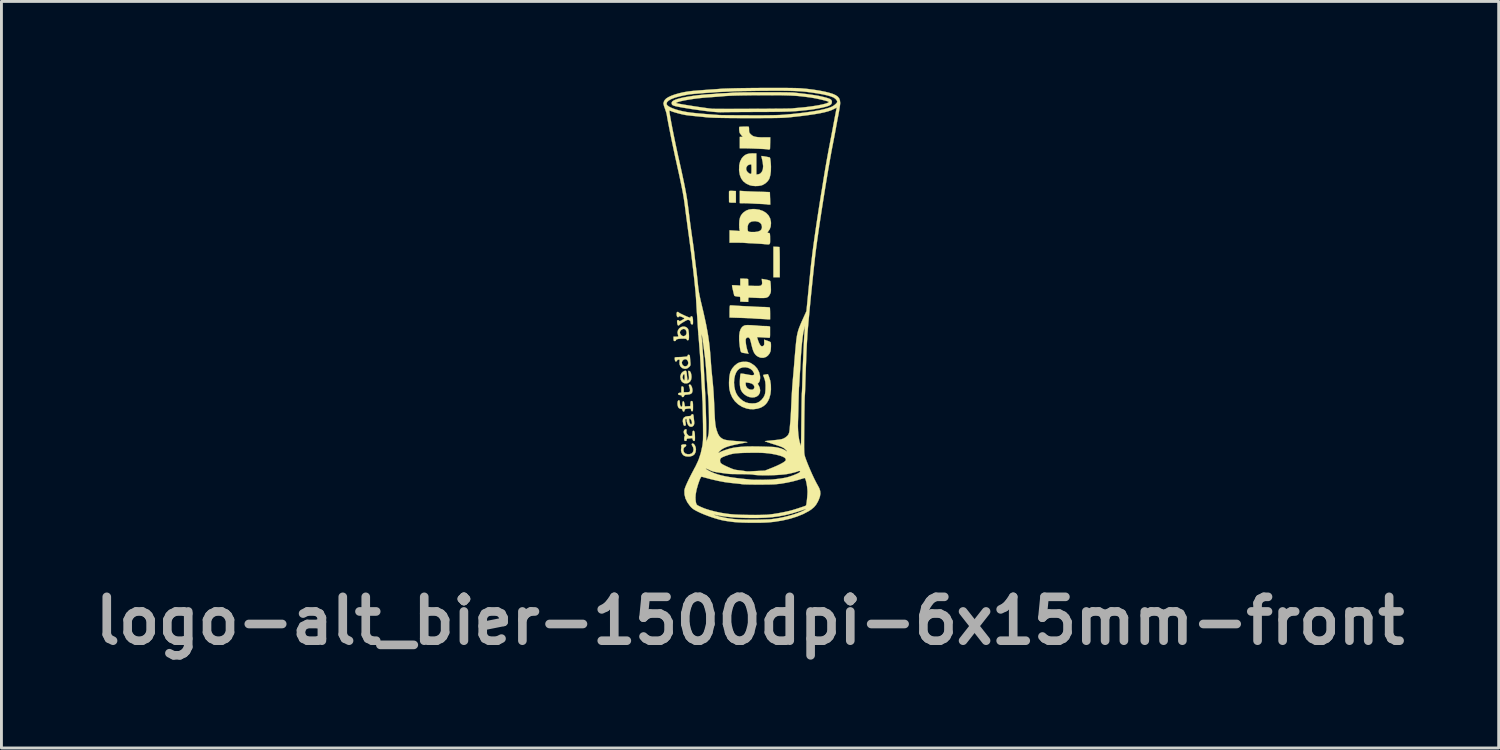
<source format=kicad_pcb>
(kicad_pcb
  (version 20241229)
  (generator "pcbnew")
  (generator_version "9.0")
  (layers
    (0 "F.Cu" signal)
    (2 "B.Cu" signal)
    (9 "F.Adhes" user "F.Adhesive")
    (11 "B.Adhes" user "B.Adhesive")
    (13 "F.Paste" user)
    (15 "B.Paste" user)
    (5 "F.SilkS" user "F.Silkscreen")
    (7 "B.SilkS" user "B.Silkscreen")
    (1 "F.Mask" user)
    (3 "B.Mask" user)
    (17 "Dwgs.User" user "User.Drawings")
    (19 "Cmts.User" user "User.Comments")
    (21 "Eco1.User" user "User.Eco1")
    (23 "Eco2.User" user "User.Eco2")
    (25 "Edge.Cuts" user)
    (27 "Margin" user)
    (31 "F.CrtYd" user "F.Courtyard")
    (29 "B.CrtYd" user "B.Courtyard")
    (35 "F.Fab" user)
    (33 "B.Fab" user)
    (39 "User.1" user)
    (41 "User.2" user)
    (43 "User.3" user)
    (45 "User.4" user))
  (footprint "logo-alt_bier-1500dpi-6x15mm-front"
    (layer "F.Cu")
    (at 23.062 7.548)
    (property "Reference" "logo-alt_bier-1500dpi-6x15mm-front" (at -0.05 10.975 0) (layer "F.Fab") (effects (font (size 1.524 1.524) (thickness 0.3))))
    (attr through_hole)
    (fp_poly (pts (xy 0.859 -2.022) (xy 0.914 -2.019) (xy 0.955 -2.017) (xy 0.969 -2.016) (xy 0.973 -2) (xy 0.975 -1.953) (xy 0.978 -1.881) (xy 0.98 -1.788) (xy 0.981 -1.676) (xy 0.982 -1.552) (xy 0.982 -1.49) (xy 0.982 -0.965) (xy 0.762 -0.965) (xy 0.762 -2.026) (xy 0.859 -2.022)) (stroke (width 0.01) (type solid)) (fill yes) (layer "F.SilkS"))
    (fp_poly (pts (xy -0.66 -3.965) (xy -0.542 -3.96) (xy -0.542 -3.556) (xy -0.66 -3.556) (xy -0.73 -3.558) (xy -0.768 -3.566) (xy -0.779 -3.577) (xy -0.78 -3.611) (xy -0.78 -3.667) (xy -0.781 -3.735) (xy -0.781 -3.806) (xy -0.781 -3.871) (xy -0.781 -3.921) (xy -0.78 -3.945) (xy -0.773 -3.959) (xy -0.75 -3.966) (xy -0.704 -3.967) (xy -0.66 -3.965)) (stroke (width 0.01) (type solid)) (fill yes) (layer "F.SilkS"))
    (fp_poly (pts (xy -0.25 -3.956) (xy -0.184 -3.952) (xy -0.092 -3.948) (xy 0.017 -3.943) (xy 0.136 -3.939) (xy 0.256 -3.935) (xy 0.271 -3.935) (xy 0.378 -3.932) (xy 0.473 -3.929) (xy 0.551 -3.926) (xy 0.606 -3.924) (xy 0.635 -3.923) (xy 0.637 -3.922) (xy 0.639 -3.906) (xy 0.641 -3.861) (xy 0.643 -3.796) (xy 0.646 -3.717) (xy 0.647 -3.704) (xy 0.653 -3.488) (xy 0.6 -3.488) (xy 0.561 -3.491) (xy 0.54 -3.496) (xy 0.54 -3.496) (xy 0.521 -3.5) (xy 0.474 -3.504) (xy 0.406 -3.508) (xy 0.322 -3.512) (xy 0.279 -3.514) (xy 0.181 -3.518) (xy 0.089 -3.523) (xy 0.01 -3.527) (xy -0.047 -3.53) (xy -0.059 -3.531) (xy -0.12 -3.534) (xy -0.198 -3.536) (xy -0.275 -3.538) (xy -0.406 -3.539) (xy -0.406 -3.967) (xy -0.25 -3.956)) (stroke (width 0.01) (type solid)) (fill yes) (layer "F.SilkS"))
    (fp_poly (pts (xy -2.037 4.812) (xy -1.998 4.835) (xy -1.965 4.882) (xy -1.94 4.945) (xy -1.93 5.012) (xy -1.93 5.016) (xy -1.943 5.112) (xy -1.98 5.185) (xy -2.042 5.235) (xy -2.128 5.262) (xy -2.193 5.266) (xy -2.28 5.259) (xy -2.343 5.237) (xy -2.348 5.234) (xy -2.398 5.186) (xy -2.434 5.119) (xy -2.449 5.046) (xy -2.443 4.988) (xy -2.435 4.943) (xy -2.438 4.911) (xy -2.44 4.909) (xy -2.444 4.879) (xy -2.419 4.856) (xy -2.369 4.844) (xy -2.343 4.843) (xy -2.296 4.845) (xy -2.275 4.855) (xy -2.269 4.876) (xy -2.269 4.877) (xy -2.284 4.911) (xy -2.31 4.927) (xy -2.346 4.957) (xy -2.364 5.004) (xy -2.363 5.06) (xy -2.346 5.113) (xy -2.311 5.153) (xy -2.298 5.162) (xy -2.225 5.184) (xy -2.15 5.183) (xy -2.084 5.161) (xy -2.057 5.14) (xy -2.024 5.086) (xy -2.014 5.018) (xy -2.026 4.949) (xy -2.051 4.904) (xy -2.073 4.863) (xy -2.074 4.829) (xy -2.055 4.812) (xy -2.037 4.812)) (stroke (width 0.01) (type solid)) (fill yes) (layer "F.SilkS"))
    (fp_poly (pts (xy -2.112 2.779) (xy -2.085 2.819) (xy -2.064 2.875) (xy -2.052 2.94) (xy -2.05 2.966) (xy -2.058 3.03) (xy -2.086 3.073) (xy -2.139 3.1) (xy -2.22 3.112) (xy -2.224 3.112) (xy -2.284 3.118) (xy -2.319 3.125) (xy -2.335 3.138) (xy -2.34 3.156) (xy -2.355 3.185) (xy -2.382 3.199) (xy -2.408 3.195) (xy -2.421 3.173) (xy -2.421 3.169) (xy -2.429 3.145) (xy -2.456 3.133) (xy -2.485 3.129) (xy -2.528 3.122) (xy -2.546 3.106) (xy -2.548 3.09) (xy -2.54 3.065) (xy -2.508 3.053) (xy -2.493 3.051) (xy -2.438 3.046) (xy -2.438 2.937) (xy -2.437 2.877) (xy -2.432 2.844) (xy -2.421 2.83) (xy -2.406 2.828) (xy -2.378 2.837) (xy -2.361 2.867) (xy -2.354 2.923) (xy -2.354 2.956) (xy -2.354 3.031) (xy -2.27 3.031) (xy -2.216 3.029) (xy -2.173 3.024) (xy -2.16 3.021) (xy -2.14 2.996) (xy -2.135 2.949) (xy -2.146 2.889) (xy -2.159 2.85) (xy -2.175 2.8) (xy -2.169 2.772) (xy -2.167 2.77) (xy -2.14 2.761) (xy -2.112 2.779)) (stroke (width 0.01) (type solid)) (fill yes) (layer "F.SilkS"))
    (fp_poly (pts (xy -2.269 2.297) (xy -2.256 2.335) (xy -2.247 2.401) (xy -2.243 2.455) (xy -2.236 2.526) (xy -2.229 2.583) (xy -2.221 2.617) (xy -2.217 2.625) (xy -2.199 2.611) (xy -2.183 2.588) (xy -2.172 2.546) (xy -2.174 2.478) (xy -2.187 2.382) (xy -2.195 2.34) (xy -2.2 2.302) (xy -2.191 2.288) (xy -2.166 2.289) (xy -2.133 2.31) (xy -2.106 2.359) (xy -2.09 2.431) (xy -2.084 2.503) (xy -2.096 2.587) (xy -2.132 2.655) (xy -2.185 2.702) (xy -2.252 2.725) (xy -2.326 2.72) (xy -2.375 2.7) (xy -2.428 2.653) (xy -2.46 2.589) (xy -2.472 2.515) (xy -2.47 2.491) (xy -2.395 2.491) (xy -2.394 2.528) (xy -2.38 2.565) (xy -2.357 2.61) (xy -2.339 2.622) (xy -2.327 2.602) (xy -2.32 2.548) (xy -2.32 2.516) (xy -2.323 2.446) (xy -2.333 2.406) (xy -2.348 2.397) (xy -2.368 2.421) (xy -2.38 2.446) (xy -2.395 2.491) (xy -2.47 2.491) (xy -2.464 2.44) (xy -2.436 2.372) (xy -2.387 2.321) (xy -2.371 2.312) (xy -2.323 2.289) (xy -2.29 2.283) (xy -2.269 2.297)) (stroke (width 0.01) (type solid)) (fill yes) (layer "F.SilkS"))
    (fp_poly (pts (xy -2.26 4.323) (xy -2.255 4.343) (xy -2.26 4.379) (xy -2.263 4.425) (xy -2.249 4.465) (xy -2.226 4.498) (xy -2.193 4.536) (xy -2.162 4.551) (xy -2.119 4.552) (xy -2.057 4.547) (xy -2.052 4.458) (xy -2.047 4.404) (xy -2.037 4.377) (xy -2.02 4.369) (xy -2.016 4.369) (xy -1.994 4.381) (xy -1.978 4.418) (xy -1.969 4.483) (xy -1.965 4.578) (xy -1.964 4.61) (xy -1.965 4.671) (xy -1.97 4.705) (xy -1.98 4.721) (xy -1.997 4.724) (xy -1.999 4.724) (xy -2.027 4.713) (xy -2.043 4.675) (xy -2.043 4.672) (xy -2.054 4.636) (xy -2.074 4.626) (xy -2.104 4.63) (xy -2.16 4.637) (xy -2.203 4.64) (xy -2.239 4.645) (xy -2.251 4.666) (xy -2.252 4.682) (xy -2.261 4.716) (xy -2.283 4.724) (xy -2.315 4.719) (xy -2.326 4.713) (xy -2.334 4.688) (xy -2.337 4.646) (xy -2.334 4.6) (xy -2.326 4.564) (xy -2.317 4.551) (xy -2.308 4.537) (xy -2.324 4.505) (xy -2.325 4.504) (xy -2.35 4.449) (xy -2.354 4.395) (xy -2.338 4.35) (xy -2.306 4.323) (xy -2.281 4.318) (xy -2.26 4.323)) (stroke (width 0.01) (type solid)) (fill yes) (layer "F.SilkS"))
    (fp_poly (pts (xy -0.67 0.014) (xy -0.606 0.018) (xy -0.589 0.019) (xy -0.523 0.024) (xy -0.433 0.03) (xy -0.329 0.036) (xy -0.222 0.041) (xy -0.18 0.043) (xy -0.083 0.047) (xy 0.005 0.052) (xy 0.078 0.056) (xy 0.128 0.059) (xy 0.144 0.06) (xy 0.18 0.063) (xy 0.242 0.065) (xy 0.32 0.068) (xy 0.407 0.069) (xy 0.411 0.069) (xy 0.493 0.072) (xy 0.563 0.076) (xy 0.613 0.081) (xy 0.636 0.088) (xy 0.637 0.088) (xy 0.641 0.111) (xy 0.644 0.16) (xy 0.646 0.228) (xy 0.647 0.302) (xy 0.647 0.5) (xy 0.603 0.501) (xy 0.569 0.501) (xy 0.554 0.498) (xy 0.537 0.496) (xy 0.491 0.492) (xy 0.425 0.488) (xy 0.343 0.484) (xy 0.313 0.482) (xy 0.223 0.478) (xy 0.143 0.473) (xy 0.079 0.469) (xy 0.04 0.465) (xy 0.035 0.465) (xy 0.006 0.462) (xy -0.051 0.459) (xy -0.131 0.456) (xy -0.228 0.452) (xy -0.337 0.448) (xy -0.384 0.447) (xy -0.762 0.435) (xy -0.762 0.227) (xy -0.76 0.128) (xy -0.756 0.059) (xy -0.749 0.021) (xy -0.744 0.014) (xy -0.719 0.012) (xy -0.67 0.014)) (stroke (width 0.01) (type solid)) (fill yes) (layer "F.SilkS"))
    (fp_poly (pts (xy -0.121 -6.199) (xy -0.114 -6.199) (xy -0.098 -6.193) (xy -0.089 -6.172) (xy -0.085 -6.128) (xy -0.085 -6.094) (xy -0.083 -6.034) (xy -0.075 -5.995) (xy -0.055 -5.963) (xy -0.021 -5.927) (xy 0.022 -5.89) (xy 0.073 -5.863) (xy 0.137 -5.844) (xy 0.219 -5.833) (xy 0.324 -5.826) (xy 0.437 -5.825) (xy 0.652 -5.825) (xy 0.649 -5.651) (xy 0.647 -5.574) (xy 0.646 -5.506) (xy 0.645 -5.457) (xy 0.645 -5.44) (xy 0.634 -5.41) (xy 0.604 -5.402) (xy 0.57 -5.404) (xy 0.557 -5.409) (xy 0.538 -5.412) (xy 0.491 -5.416) (xy 0.421 -5.421) (xy 0.334 -5.425) (xy 0.236 -5.43) (xy 0.131 -5.434) (xy 0.026 -5.438) (xy -0.073 -5.441) (xy -0.162 -5.443) (xy -0.233 -5.444) (xy -0.406 -5.444) (xy -0.406 -5.643) (xy -0.406 -5.842) (xy -0.298 -5.842) (xy -0.342 -5.889) (xy -0.377 -5.932) (xy -0.405 -5.973) (xy -0.406 -5.975) (xy -0.417 -6.01) (xy -0.424 -6.06) (xy -0.428 -6.115) (xy -0.428 -6.161) (xy -0.422 -6.187) (xy -0.422 -6.188) (xy -0.403 -6.191) (xy -0.36 -6.194) (xy -0.301 -6.197) (xy -0.235 -6.199) (xy -0.172 -6.2) (xy -0.121 -6.199)) (stroke (width 0.01) (type solid)) (fill yes) (layer "F.SilkS"))
    (fp_poly (pts (xy -2.033 3.798) (xy -2.021 3.817) (xy -2.013 3.857) (xy -2.009 3.899) (xy -2.001 3.969) (xy -1.993 4.037) (xy -1.988 4.073) (xy -1.991 4.138) (xy -2.015 4.19) (xy -2.055 4.223) (xy -2.103 4.233) (xy -2.154 4.217) (xy -2.182 4.194) (xy -2.221 4.133) (xy -2.246 4.055) (xy -2.252 3.993) (xy -2.255 3.973) (xy -2.167 3.973) (xy -2.163 4.02) (xy -2.163 4.022) (xy -2.151 4.08) (xy -2.131 4.122) (xy -2.109 4.145) (xy -2.087 4.144) (xy -2.072 4.117) (xy -2.069 4.103) (xy -2.072 4.059) (xy -2.088 4.011) (xy -2.111 3.97) (xy -2.136 3.947) (xy -2.143 3.945) (xy -2.161 3.951) (xy -2.167 3.973) (xy -2.255 3.973) (xy -2.257 3.96) (xy -2.273 3.955) (xy -2.28 3.957) (xy -2.296 3.971) (xy -2.301 4) (xy -2.297 4.045) (xy -2.289 4.1) (xy -2.283 4.146) (xy -2.282 4.157) (xy -2.29 4.186) (xy -2.315 4.196) (xy -2.341 4.193) (xy -2.358 4.17) (xy -2.369 4.137) (xy -2.387 4.039) (xy -2.379 3.963) (xy -2.344 3.909) (xy -2.283 3.875) (xy -2.195 3.861) (xy -2.175 3.861) (xy -2.127 3.857) (xy -2.103 3.845) (xy -2.095 3.827) (xy -2.073 3.799) (xy -2.052 3.793) (xy -2.033 3.798)) (stroke (width 0.01) (type solid)) (fill yes) (layer "F.SilkS"))
    (fp_poly (pts (xy -2.505 3.316) (xy -2.492 3.354) (xy -2.489 3.397) (xy -2.483 3.468) (xy -2.464 3.517) (xy -2.436 3.538) (xy -2.43 3.539) (xy -2.415 3.528) (xy -2.405 3.491) (xy -2.401 3.442) (xy -2.396 3.383) (xy -2.386 3.353) (xy -2.371 3.344) (xy -2.351 3.359) (xy -2.336 3.404) (xy -2.33 3.434) (xy -2.315 3.524) (xy -2.22 3.519) (xy -2.125 3.514) (xy -2.12 3.425) (xy -2.115 3.372) (xy -2.105 3.345) (xy -2.088 3.336) (xy -2.084 3.336) (xy -2.062 3.341) (xy -2.047 3.358) (xy -2.038 3.394) (xy -2.033 3.453) (xy -2.032 3.54) (xy -2.033 3.612) (xy -2.035 3.657) (xy -2.042 3.681) (xy -2.053 3.69) (xy -2.066 3.691) (xy -2.093 3.681) (xy -2.1 3.65) (xy -2.103 3.619) (xy -2.117 3.602) (xy -2.149 3.596) (xy -2.206 3.6) (xy -2.223 3.602) (xy -2.277 3.609) (xy -2.307 3.618) (xy -2.319 3.636) (xy -2.323 3.655) (xy -2.337 3.695) (xy -2.361 3.705) (xy -2.385 3.687) (xy -2.396 3.659) (xy -2.41 3.621) (xy -2.436 3.608) (xy -2.454 3.607) (xy -2.501 3.595) (xy -2.532 3.573) (xy -2.554 3.53) (xy -2.568 3.47) (xy -2.571 3.406) (xy -2.563 3.351) (xy -2.552 3.329) (xy -2.526 3.307) (xy -2.505 3.316)) (stroke (width 0.01) (type solid)) (fill yes) (layer "F.SilkS"))
    (fp_poly (pts (xy -2.313 0.753) (xy -2.25 0.782) (xy -2.207 0.828) (xy -2.194 0.863) (xy -2.184 0.921) (xy -2.176 0.992) (xy -2.173 1.066) (xy -2.173 1.134) (xy -2.178 1.187) (xy -2.187 1.214) (xy -2.214 1.226) (xy -2.241 1.216) (xy -2.252 1.192) (xy -2.261 1.178) (xy -2.293 1.171) (xy -2.352 1.168) (xy -2.36 1.168) (xy -2.473 1.171) (xy -2.554 1.18) (xy -2.604 1.195) (xy -2.624 1.217) (xy -2.625 1.222) (xy -2.638 1.246) (xy -2.667 1.254) (xy -2.697 1.243) (xy -2.698 1.242) (xy -2.705 1.219) (xy -2.709 1.177) (xy -2.709 1.166) (xy -2.709 1.101) (xy -2.623 1.101) (xy -2.572 1.1) (xy -2.548 1.094) (xy -2.543 1.08) (xy -2.547 1.063) (xy -2.564 0.993) (xy -2.567 0.957) (xy -2.489 0.957) (xy -2.475 1.005) (xy -2.438 1.05) (xy -2.391 1.079) (xy -2.363 1.084) (xy -2.319 1.072) (xy -2.286 1.05) (xy -2.26 1.002) (xy -2.256 0.943) (xy -2.273 0.886) (xy -2.309 0.843) (xy -2.31 0.843) (xy -2.355 0.83) (xy -2.405 0.843) (xy -2.45 0.874) (xy -2.481 0.919) (xy -2.489 0.957) (xy -2.567 0.957) (xy -2.568 0.943) (xy -2.56 0.899) (xy -2.551 0.875) (xy -2.509 0.811) (xy -2.45 0.769) (xy -2.382 0.749) (xy -2.313 0.753)) (stroke (width 0.01) (type solid)) (fill yes) (layer "F.SilkS"))
    (fp_poly (pts (xy -2.157 1.738) (xy -2.144 1.76) (xy -2.138 1.803) (xy -2.137 1.82) (xy -2.132 1.889) (xy -2.126 1.967) (xy -2.122 2.002) (xy -2.119 2.059) (xy -2.123 2.095) (xy -2.14 2.125) (xy -2.173 2.159) (xy -2.239 2.206) (xy -2.312 2.219) (xy -2.388 2.199) (xy -2.415 2.184) (xy -2.472 2.129) (xy -2.5 2.057) (xy -2.5 2.003) (xy -2.421 2.003) (xy -2.408 2.06) (xy -2.375 2.103) (xy -2.329 2.128) (xy -2.279 2.13) (xy -2.232 2.106) (xy -2.226 2.099) (xy -2.2 2.05) (xy -2.197 1.994) (xy -2.214 1.941) (xy -2.247 1.9) (xy -2.293 1.88) (xy -2.303 1.88) (xy -2.351 1.895) (xy -2.393 1.932) (xy -2.419 1.981) (xy -2.421 2.003) (xy -2.5 2.003) (xy -2.5 1.972) (xy -2.495 1.926) (xy -2.499 1.904) (xy -2.517 1.897) (xy -2.533 1.897) (xy -2.573 1.908) (xy -2.586 1.93) (xy -2.606 1.958) (xy -2.625 1.964) (xy -2.647 1.954) (xy -2.66 1.917) (xy -2.663 1.901) (xy -2.666 1.856) (xy -2.665 1.827) (xy -2.664 1.825) (xy -2.644 1.817) (xy -2.602 1.813) (xy -2.567 1.812) (xy -2.503 1.81) (xy -2.423 1.806) (xy -2.348 1.801) (xy -2.282 1.794) (xy -2.242 1.787) (xy -2.224 1.776) (xy -2.218 1.76) (xy -2.218 1.757) (xy -2.209 1.733) (xy -2.18 1.73) (xy -2.157 1.738)) (stroke (width 0.01) (type solid)) (fill yes) (layer "F.SilkS"))
    (fp_poly (pts (xy -2.545 0.243) (xy -2.528 0.26) (xy -2.509 0.274) (xy -2.466 0.298) (xy -2.406 0.327) (xy -2.339 0.359) (xy -2.27 0.39) (xy -2.208 0.416) (xy -2.16 0.434) (xy -2.135 0.44) (xy -2.119 0.427) (xy -2.117 0.415) (xy -2.103 0.394) (xy -2.085 0.389) (xy -2.06 0.402) (xy -2.043 0.441) (xy -2.034 0.509) (xy -2.032 0.587) (xy -2.033 0.64) (xy -2.039 0.667) (xy -2.052 0.675) (xy -2.07 0.674) (xy -2.097 0.663) (xy -2.11 0.633) (xy -2.113 0.607) (xy -2.123 0.561) (xy -2.148 0.535) (xy -2.168 0.525) (xy -2.193 0.516) (xy -2.219 0.517) (xy -2.251 0.528) (xy -2.298 0.552) (xy -2.355 0.585) (xy -2.416 0.622) (xy -2.465 0.656) (xy -2.495 0.681) (xy -2.501 0.688) (xy -2.523 0.708) (xy -2.54 0.711) (xy -2.56 0.702) (xy -2.573 0.67) (xy -2.58 0.633) (xy -2.584 0.584) (xy -2.584 0.548) (xy -2.581 0.54) (xy -2.556 0.525) (xy -2.526 0.533) (xy -2.512 0.55) (xy -2.502 0.562) (xy -2.48 0.559) (xy -2.439 0.539) (xy -2.424 0.53) (xy -2.367 0.497) (xy -2.338 0.475) (xy -2.336 0.458) (xy -2.36 0.442) (xy -2.396 0.425) (xy -2.464 0.398) (xy -2.505 0.391) (xy -2.522 0.401) (xy -2.523 0.406) (xy -2.537 0.42) (xy -2.555 0.423) (xy -2.578 0.414) (xy -2.593 0.38) (xy -2.597 0.357) (xy -2.602 0.307) (xy -2.599 0.269) (xy -2.597 0.264) (xy -2.575 0.24) (xy -2.545 0.243)) (stroke (width 0.01) (type solid)) (fill yes) (layer "F.SilkS"))
    (fp_poly (pts (xy -0.179 -0.912) (xy -0.135 -0.906) (xy -0.117 -0.896) (xy -0.117 -0.893) (xy -0.115 -0.866) (xy -0.114 -0.816) (xy -0.113 -0.77) (xy -0.11 -0.669) (xy 0.099 -0.663) (xy 0.189 -0.662) (xy 0.251 -0.662) (xy 0.292 -0.666) (xy 0.32 -0.674) (xy 0.339 -0.686) (xy 0.342 -0.689) (xy 0.362 -0.712) (xy 0.37 -0.742) (xy 0.369 -0.791) (xy 0.367 -0.814) (xy 0.357 -0.908) (xy 0.499 -0.883) (xy 0.582 -0.866) (xy 0.633 -0.848) (xy 0.653 -0.831) (xy 0.658 -0.804) (xy 0.664 -0.751) (xy 0.669 -0.681) (xy 0.672 -0.627) (xy 0.675 -0.544) (xy 0.674 -0.487) (xy 0.669 -0.445) (xy 0.658 -0.409) (xy 0.641 -0.373) (xy 0.612 -0.324) (xy 0.581 -0.288) (xy 0.542 -0.264) (xy 0.489 -0.249) (xy 0.417 -0.243) (xy 0.321 -0.243) (xy 0.229 -0.246) (xy 0.136 -0.25) (xy 0.052 -0.254) (xy -0.015 -0.257) (xy -0.058 -0.259) (xy -0.068 -0.26) (xy -0.094 -0.258) (xy -0.107 -0.244) (xy -0.111 -0.208) (xy -0.112 -0.186) (xy -0.113 -0.11) (xy -0.179 -0.11) (xy -0.242 -0.111) (xy -0.309 -0.115) (xy -0.318 -0.115) (xy -0.389 -0.12) (xy -0.389 -0.204) (xy -0.392 -0.255) (xy -0.4 -0.281) (xy -0.418 -0.288) (xy -0.419 -0.289) (xy -0.468 -0.292) (xy -0.522 -0.3) (xy -0.568 -0.309) (xy -0.593 -0.318) (xy -0.594 -0.319) (xy -0.601 -0.338) (xy -0.613 -0.382) (xy -0.627 -0.442) (xy -0.643 -0.51) (xy -0.658 -0.576) (xy -0.67 -0.633) (xy -0.676 -0.672) (xy -0.677 -0.682) (xy -0.662 -0.687) (xy -0.62 -0.688) (xy -0.56 -0.686) (xy -0.533 -0.685) (xy -0.389 -0.674) (xy -0.389 -0.914) (xy -0.254 -0.914) (xy -0.179 -0.912)) (stroke (width 0.01) (type solid)) (fill yes) (layer "F.SilkS"))
    (fp_poly (pts (xy 0.114 -5.268) (xy 0.169 -5.266) (xy 0.169 -4.538) (xy 0.218 -4.538) (xy 0.267 -4.549) (xy 0.309 -4.572) (xy 0.364 -4.634) (xy 0.396 -4.718) (xy 0.405 -4.825) (xy 0.391 -4.955) (xy 0.374 -5.038) (xy 0.359 -5.1) (xy 0.349 -5.149) (xy 0.345 -5.175) (xy 0.345 -5.177) (xy 0.363 -5.176) (xy 0.404 -5.171) (xy 0.459 -5.162) (xy 0.52 -5.151) (xy 0.576 -5.14) (xy 0.618 -5.131) (xy 0.637 -5.126) (xy 0.637 -5.126) (xy 0.647 -5.1) (xy 0.657 -5.049) (xy 0.665 -4.979) (xy 0.672 -4.897) (xy 0.676 -4.812) (xy 0.676 -4.802) (xy 0.673 -4.656) (xy 0.657 -4.526) (xy 0.63 -4.419) (xy 0.609 -4.367) (xy 0.556 -4.294) (xy 0.482 -4.226) (xy 0.396 -4.175) (xy 0.349 -4.157) (xy 0.25 -4.138) (xy 0.137 -4.133) (xy 0.026 -4.142) (xy -0.063 -4.163) (xy -0.186 -4.22) (xy -0.284 -4.297) (xy -0.356 -4.395) (xy -0.404 -4.516) (xy -0.429 -4.66) (xy -0.431 -4.699) (xy -0.43 -4.715) (xy -0.186 -4.715) (xy -0.16 -4.65) (xy -0.129 -4.613) (xy -0.087 -4.578) (xy -0.049 -4.558) (xy -0.036 -4.555) (xy -0.019 -4.557) (xy -0.009 -4.567) (xy -0.003 -4.591) (xy -0.001 -4.635) (xy -0.000012 -4.706) (xy 0 -4.726) (xy -0.001 -4.804) (xy -0.003 -4.853) (xy -0.008 -4.88) (xy -0.017 -4.889) (xy -0.027 -4.887) (xy -0.066 -4.878) (xy -0.078 -4.877) (xy -0.106 -4.866) (xy -0.142 -4.838) (xy -0.145 -4.835) (xy -0.181 -4.778) (xy -0.186 -4.715) (xy -0.43 -4.715) (xy -0.426 -4.854) (xy -0.395 -4.986) (xy -0.339 -5.096) (xy -0.285 -5.16) (xy -0.224 -5.209) (xy -0.156 -5.243) (xy -0.075 -5.262) (xy 0.026 -5.269) (xy 0.114 -5.268)) (stroke (width 0.01) (type solid)) (fill yes) (layer "F.SilkS"))
    (fp_poly (pts (xy 0.125 -3.332) (xy 0.274 -3.31) (xy 0.403 -3.265) (xy 0.509 -3.199) (xy 0.591 -3.114) (xy 0.647 -3.01) (xy 0.675 -2.89) (xy 0.677 -2.836) (xy 0.667 -2.728) (xy 0.634 -2.636) (xy 0.59 -2.57) (xy 0.562 -2.529) (xy 0.559 -2.508) (xy 0.583 -2.503) (xy 0.604 -2.505) (xy 0.622 -2.501) (xy 0.635 -2.483) (xy 0.643 -2.445) (xy 0.646 -2.383) (xy 0.647 -2.292) (xy 0.647 -2.288) (xy 0.647 -2.209) (xy 0.644 -2.155) (xy 0.632 -2.123) (xy 0.607 -2.107) (xy 0.563 -2.105) (xy 0.494 -2.111) (xy 0.432 -2.117) (xy 0.365 -2.123) (xy 0.274 -2.129) (xy 0.171 -2.135) (xy 0.065 -2.141) (xy 0.034 -2.143) (xy -0.059 -2.147) (xy -0.14 -2.152) (xy -0.204 -2.156) (xy -0.245 -2.159) (xy -0.254 -2.16) (xy -0.279 -2.162) (xy -0.332 -2.164) (xy -0.404 -2.165) (xy -0.49 -2.166) (xy -0.521 -2.166) (xy -0.762 -2.167) (xy -0.762 -2.595) (xy -0.583 -2.583) (xy -0.403 -2.57) (xy -0.415 -2.608) (xy -0.42 -2.641) (xy -0.424 -2.689) (xy -0.135 -2.689) (xy -0.133 -2.618) (xy -0.124 -2.574) (xy -0.101 -2.551) (xy -0.06 -2.54) (xy -0.011 -2.537) (xy 0.122 -2.537) (xy 0.224 -2.551) (xy 0.296 -2.58) (xy 0.32 -2.599) (xy 0.351 -2.64) (xy 0.363 -2.692) (xy 0.364 -2.716) (xy 0.349 -2.792) (xy 0.307 -2.851) (xy 0.238 -2.891) (xy 0.146 -2.911) (xy 0.101 -2.913) (xy 0.006 -2.901) (xy -0.065 -2.865) (xy -0.112 -2.806) (xy -0.134 -2.724) (xy -0.135 -2.689) (xy -0.424 -2.689) (xy -0.424 -2.698) (xy -0.427 -2.77) (xy -0.427 -2.81) (xy -0.421 -2.935) (xy -0.399 -3.037) (xy -0.36 -3.121) (xy -0.301 -3.194) (xy -0.274 -3.218) (xy -0.186 -3.28) (xy -0.085 -3.318) (xy 0.034 -3.333) (xy 0.125 -3.332)) (stroke (width 0.01) (type solid)) (fill yes) (layer "F.SilkS"))
    (fp_poly (pts (xy -0.049 0.7) (xy 0.016 0.703) (xy 0.097 0.708) (xy 0.166 0.713) (xy 0.215 0.717) (xy 0.238 0.721) (xy 0.238 0.721) (xy 0.258 0.723) (xy 0.305 0.726) (xy 0.371 0.729) (xy 0.446 0.731) (xy 0.532 0.733) (xy 0.59 0.737) (xy 0.624 0.743) (xy 0.641 0.751) (xy 0.645 0.761) (xy 0.645 0.788) (xy 0.645 0.841) (xy 0.645 0.911) (xy 0.645 0.965) (xy 0.645 1.045) (xy 0.642 1.096) (xy 0.637 1.126) (xy 0.628 1.138) (xy 0.615 1.14) (xy 0.615 1.14) (xy 0.587 1.138) (xy 0.533 1.134) (xy 0.461 1.13) (xy 0.388 1.125) (xy 0.191 1.114) (xy 0.231 1.238) (xy 0.257 1.305) (xy 0.285 1.363) (xy 0.311 1.402) (xy 0.313 1.404) (xy 0.345 1.431) (xy 0.372 1.435) (xy 0.397 1.426) (xy 0.423 1.41) (xy 0.438 1.385) (xy 0.443 1.343) (xy 0.442 1.277) (xy 0.442 1.267) (xy 0.439 1.204) (xy 0.545 1.24) (xy 0.602 1.261) (xy 0.645 1.28) (xy 0.664 1.294) (xy 0.672 1.323) (xy 0.676 1.376) (xy 0.676 1.442) (xy 0.673 1.511) (xy 0.667 1.573) (xy 0.66 1.612) (xy 0.625 1.689) (xy 0.569 1.758) (xy 0.508 1.804) (xy 0.416 1.834) (xy 0.324 1.832) (xy 0.241 1.802) (xy 0.181 1.766) (xy 0.132 1.719) (xy 0.09 1.657) (xy 0.054 1.575) (xy 0.022 1.468) (xy -0.008 1.346) (xy -0.024 1.28) (xy -0.04 1.22) (xy -0.053 1.182) (xy -0.083 1.138) (xy -0.123 1.124) (xy -0.167 1.141) (xy -0.173 1.146) (xy -0.19 1.166) (xy -0.2 1.191) (xy -0.202 1.23) (xy -0.199 1.294) (xy -0.198 1.304) (xy -0.188 1.386) (xy -0.169 1.48) (xy -0.147 1.564) (xy -0.104 1.696) (xy -0.141 1.687) (xy -0.179 1.68) (xy -0.235 1.671) (xy -0.268 1.667) (xy -0.311 1.66) (xy -0.342 1.649) (xy -0.364 1.628) (xy -0.38 1.593) (xy -0.392 1.537) (xy -0.404 1.455) (xy -0.41 1.41) (xy -0.428 1.228) (xy -0.428 1.071) (xy -0.411 0.941) (xy -0.377 0.838) (xy -0.326 0.763) (xy -0.259 0.717) (xy -0.225 0.706) (xy -0.184 0.7) (xy -0.127 0.698) (xy -0.049 0.7)) (stroke (width 0.01) (type solid)) (fill yes) (layer "F.SilkS"))
    (fp_poly (pts (xy -0.173 1.975) (xy -0.12 1.981) (xy -0.073 1.996) (xy -0.018 2.023) (xy -0.003 2.031) (xy 0.112 2.111) (xy 0.202 2.214) (xy 0.264 2.334) (xy 0.297 2.464) (xy 0.3 2.541) (xy 0.29 2.614) (xy 0.269 2.674) (xy 0.241 2.711) (xy 0.239 2.712) (xy 0.22 2.727) (xy 0.219 2.743) (xy 0.236 2.774) (xy 0.247 2.789) (xy 0.284 2.869) (xy 0.3 2.959) (xy 0.292 3.044) (xy 0.288 3.055) (xy 0.249 3.126) (xy 0.188 3.176) (xy 0.111 3.205) (xy 0.024 3.213) (xy -0.069 3.199) (xy -0.162 3.163) (xy -0.248 3.105) (xy -0.273 3.083) (xy -0.327 3.022) (xy -0.365 2.956) (xy -0.39 2.88) (xy -0.402 2.785) (xy -0.403 2.742) (xy -0.203 2.742) (xy -0.195 2.797) (xy -0.177 2.847) (xy -0.138 2.893) (xy -0.084 2.926) (xy -0.023 2.943) (xy 0.034 2.942) (xy 0.075 2.92) (xy 0.1 2.874) (xy 0.096 2.823) (xy 0.068 2.773) (xy 0.019 2.736) (xy -0.026 2.719) (xy -0.087 2.704) (xy -0.116 2.7) (xy -0.203 2.688) (xy -0.203 2.742) (xy -0.403 2.742) (xy -0.404 2.667) (xy -0.402 2.602) (xy -0.397 2.522) (xy -0.391 2.455) (xy -0.384 2.407) (xy -0.378 2.386) (xy -0.356 2.383) (xy -0.308 2.387) (xy -0.242 2.397) (xy -0.194 2.406) (xy -0.085 2.427) (xy -0.004 2.438) (xy 0.05 2.438) (xy 0.081 2.428) (xy 0.093 2.406) (xy 0.088 2.371) (xy 0.082 2.355) (xy 0.037 2.28) (xy -0.032 2.221) (xy -0.118 2.181) (xy -0.212 2.163) (xy -0.307 2.168) (xy -0.398 2.198) (xy -0.406 2.203) (xy -0.477 2.261) (xy -0.533 2.344) (xy -0.574 2.448) (xy -0.599 2.566) (xy -0.607 2.694) (xy -0.598 2.826) (xy -0.571 2.957) (xy -0.531 3.067) (xy -0.473 3.164) (xy -0.391 3.256) (xy -0.296 3.332) (xy -0.196 3.385) (xy -0.195 3.385) (xy -0.097 3.41) (xy 0.014 3.42) (xy 0.122 3.415) (xy 0.189 3.401) (xy 0.27 3.362) (xy 0.347 3.298) (xy 0.413 3.216) (xy 0.435 3.177) (xy 0.457 3.131) (xy 0.471 3.084) (xy 0.48 3.027) (xy 0.486 2.951) (xy 0.488 2.909) (xy 0.489 2.781) (xy 0.48 2.675) (xy 0.459 2.582) (xy 0.429 2.502) (xy 0.413 2.461) (xy 0.407 2.435) (xy 0.408 2.432) (xy 0.427 2.426) (xy 0.469 2.418) (xy 0.493 2.414) (xy 0.571 2.403) (xy 0.605 2.484) (xy 0.65 2.624) (xy 0.673 2.778) (xy 0.676 2.936) (xy 0.659 3.091) (xy 0.621 3.233) (xy 0.585 3.315) (xy 0.542 3.388) (xy 0.498 3.444) (xy 0.441 3.495) (xy 0.42 3.511) (xy 0.324 3.566) (xy 0.207 3.602) (xy 0.078 3.62) (xy -0.053 3.618) (xy -0.165 3.598) (xy -0.323 3.539) (xy -0.46 3.453) (xy -0.576 3.344) (xy -0.668 3.212) (xy -0.734 3.061) (xy -0.766 2.928) (xy -0.778 2.822) (xy -0.781 2.703) (xy -0.776 2.581) (xy -0.764 2.466) (xy -0.745 2.367) (xy -0.73 2.317) (xy -0.673 2.209) (xy -0.593 2.113) (xy -0.499 2.037) (xy -0.468 2.019) (xy -0.414 1.995) (xy -0.362 1.981) (xy -0.298 1.975) (xy -0.246 1.974) (xy -0.173 1.975)) (stroke (width 0.01) (type solid)) (fill yes) (layer "F.SilkS"))
    (fp_poly (pts (xy 0.7 -7.392) (xy 0.859 -7.392) (xy 1.007 -7.391) (xy 1.142 -7.39) (xy 1.258 -7.388) (xy 1.353 -7.386) (xy 1.423 -7.384) (xy 1.465 -7.382) (xy 1.7 -7.355) (xy 1.903 -7.331) (xy 2.075 -7.308) (xy 2.218 -7.287) (xy 2.332 -7.267) (xy 2.387 -7.255) (xy 2.516 -7.225) (xy 2.614 -7.199) (xy 2.687 -7.175) (xy 2.738 -7.152) (xy 2.77 -7.127) (xy 2.787 -7.098) (xy 2.794 -7.065) (xy 2.794 -7.053) (xy 2.787 -7.01) (xy 2.766 -6.974) (xy 2.726 -6.943) (xy 2.663 -6.915) (xy 2.576 -6.888) (xy 2.461 -6.86) (xy 2.376 -6.843) (xy 2.278 -6.824) (xy 2.183 -6.807) (xy 2.1 -6.794) (xy 2.037 -6.785) (xy 2.024 -6.783) (xy 1.959 -6.777) (xy 1.875 -6.768) (xy 1.788 -6.759) (xy 1.761 -6.756) (xy 1.671 -6.747) (xy 1.578 -6.739) (xy 1.479 -6.732) (xy 1.371 -6.726) (xy 1.25 -6.721) (xy 1.115 -6.718) (xy 0.962 -6.714) (xy 0.787 -6.712) (xy 0.588 -6.71) (xy 0.362 -6.709) (xy 0.105 -6.708) (xy 0.061 -6.708) (xy -0.127 -6.707) (xy -0.305 -6.706) (xy -0.471 -6.705) (xy -0.622 -6.704) (xy -0.754 -6.703) (xy -0.864 -6.702) (xy -0.951 -6.701) (xy -1.01 -6.7) (xy -1.038 -6.699) (xy -1.04 -6.699) (xy -1.071 -6.698) (xy -1.127 -6.699) (xy -1.199 -6.703) (xy -1.262 -6.707) (xy -1.369 -6.717) (xy -1.497 -6.731) (xy -1.639 -6.748) (xy -1.79 -6.768) (xy -1.945 -6.79) (xy -2.099 -6.812) (xy -2.246 -6.836) (xy -2.381 -6.858) (xy -2.499 -6.88) (xy -2.595 -6.899) (xy -2.664 -6.915) (xy -2.671 -6.918) (xy -2.726 -6.937) (xy -2.756 -6.958) (xy -2.771 -6.987) (xy -2.771 -6.988) (xy -2.773 -7.02) (xy -2.619 -7.02) (xy -2.598 -7.01) (xy -2.567 -7.002) (xy -2.508 -6.991) (xy -2.425 -6.976) (xy -2.322 -6.958) (xy -2.206 -6.939) (xy -2.08 -6.919) (xy -1.95 -6.899) (xy -1.819 -6.879) (xy -1.694 -6.861) (xy -1.579 -6.845) (xy -1.478 -6.831) (xy -1.397 -6.822) (xy -1.363 -6.818) (xy -1.333 -6.817) (xy -1.272 -6.816) (xy -1.184 -6.815) (xy -1.073 -6.815) (xy -0.94 -6.814) (xy -0.791 -6.814) (xy -0.627 -6.814) (xy -0.451 -6.815) (xy -0.268 -6.815) (xy -0.08 -6.816) (xy 0.11 -6.816) (xy 0.298 -6.817) (xy 0.482 -6.818) (xy 0.658 -6.819) (xy 0.824 -6.821) (xy 0.975 -6.822) (xy 1.109 -6.823) (xy 1.223 -6.825) (xy 1.313 -6.826) (xy 1.376 -6.828) (xy 1.41 -6.829) (xy 1.414 -6.83) (xy 1.455 -6.835) (xy 1.518 -6.842) (xy 1.59 -6.848) (xy 1.6 -6.849) (xy 1.761 -6.863) (xy 1.919 -6.88) (xy 2.071 -6.9) (xy 2.213 -6.921) (xy 2.342 -6.943) (xy 2.456 -6.967) (xy 2.55 -6.99) (xy 2.622 -7.012) (xy 2.668 -7.033) (xy 2.686 -7.052) (xy 2.682 -7.062) (xy 2.657 -7.073) (xy 2.606 -7.09) (xy 2.535 -7.109) (xy 2.449 -7.131) (xy 2.356 -7.152) (xy 2.261 -7.173) (xy 2.171 -7.19) (xy 2.092 -7.203) (xy 2.091 -7.204) (xy 1.955 -7.223) (xy 1.83 -7.239) (xy 1.711 -7.253) (xy 1.594 -7.264) (xy 1.474 -7.272) (xy 1.345 -7.279) (xy 1.204 -7.283) (xy 1.045 -7.287) (xy 0.864 -7.288) (xy 0.656 -7.289) (xy 0.559 -7.289) (xy 0.317 -7.289) (xy 0.086 -7.288) (xy -0.132 -7.285) (xy -0.333 -7.282) (xy -0.515 -7.278) (xy -0.674 -7.273) (xy -0.807 -7.267) (xy -0.912 -7.261) (xy -0.974 -7.256) (xy -1.024 -7.25) (xy -1.087 -7.245) (xy -1.167 -7.239) (xy -1.27 -7.231) (xy -1.398 -7.222) (xy -1.524 -7.213) (xy -1.685 -7.2) (xy -1.85 -7.183) (xy -2.012 -7.162) (xy -2.167 -7.138) (xy -2.31 -7.113) (xy -2.433 -7.087) (xy -2.532 -7.061) (xy -2.583 -7.044) (xy -2.615 -7.029) (xy -2.619 -7.02) (xy -2.773 -7.02) (xy -2.773 -7.031) (xy -2.755 -7.069) (xy -2.713 -7.102) (xy -2.645 -7.134) (xy -2.547 -7.166) (xy -2.464 -7.188) (xy -2.339 -7.216) (xy -2.189 -7.243) (xy -2.02 -7.268) (xy -1.842 -7.291) (xy -1.662 -7.309) (xy -1.488 -7.323) (xy -1.448 -7.325) (xy -1.368 -7.33) (xy -1.302 -7.334) (xy -1.255 -7.338) (xy -1.236 -7.341) (xy -1.236 -7.341) (xy -1.217 -7.344) (xy -1.17 -7.347) (xy -1.101 -7.351) (xy -1.018 -7.355) (xy -0.973 -7.358) (xy -0.881 -7.362) (xy -0.797 -7.367) (xy -0.73 -7.372) (xy -0.687 -7.376) (xy -0.677 -7.378) (xy -0.648 -7.38) (xy -0.588 -7.383) (xy -0.502 -7.385) (xy -0.393 -7.387) (xy -0.264 -7.389) (xy -0.121 -7.39) (xy 0.035 -7.391) (xy 0.198 -7.392) (xy 0.366 -7.392) (xy 0.535 -7.392) (xy 0.7 -7.392)) (stroke (width 0.01) (type solid)) (fill yes) (layer "F.SilkS"))
    (fp_poly (pts (xy 1.032 -7.543) (xy 1.203 -7.542) (xy 1.358 -7.54) (xy 1.492 -7.538) (xy 1.601 -7.535) (xy 1.683 -7.531) (xy 1.693 -7.531) (xy 1.92 -7.511) (xy 2.146 -7.483) (xy 2.361 -7.449) (xy 2.558 -7.41) (xy 2.694 -7.376) (xy 2.825 -7.335) (xy 2.926 -7.29) (xy 2.998 -7.239) (xy 3.047 -7.179) (xy 3.073 -7.108) (xy 3.082 -7.022) (xy 3.082 -7.021) (xy 3.079 -6.975) (xy 3.07 -6.904) (xy 3.056 -6.812) (xy 3.038 -6.708) (xy 3.018 -6.598) (xy 3.015 -6.584) (xy 2.992 -6.467) (xy 2.97 -6.35) (xy 2.95 -6.241) (xy 2.933 -6.148) (xy 2.921 -6.079) (xy 2.921 -6.079) (xy 2.909 -6.014) (xy 2.892 -5.923) (xy 2.871 -5.814) (xy 2.848 -5.695) (xy 2.824 -5.573) (xy 2.817 -5.537) (xy 2.785 -5.373) (xy 2.75 -5.179) (xy 2.711 -4.96) (xy 2.669 -4.719) (xy 2.626 -4.462) (xy 2.581 -4.192) (xy 2.536 -3.913) (xy 2.491 -3.629) (xy 2.446 -3.344) (xy 2.403 -3.064) (xy 2.362 -2.791) (xy 2.324 -2.53) (xy 2.289 -2.285) (xy 2.258 -2.06) (xy 2.231 -1.859) (xy 2.227 -1.829) (xy 2.215 -1.73) (xy 2.201 -1.601) (xy 2.184 -1.448) (xy 2.165 -1.274) (xy 2.145 -1.085) (xy 2.124 -0.884) (xy 2.103 -0.676) (xy 2.081 -0.465) (xy 2.06 -0.257) (xy 2.041 -0.055) (xy 2.022 0.136) (xy 2.006 0.312) (xy 1.999 0.389) (xy 1.988 0.505) (xy 1.978 0.615) (xy 1.969 0.712) (xy 1.962 0.79) (xy 1.957 0.843) (xy 1.956 0.855) (xy 1.952 0.911) (xy 1.946 0.988) (xy 1.941 1.071) (xy 1.939 1.101) (xy 1.934 1.191) (xy 1.928 1.287) (xy 1.923 1.371) (xy 1.922 1.389) (xy 1.919 1.453) (xy 1.915 1.541) (xy 1.91 1.642) (xy 1.906 1.745) (xy 1.905 1.77) (xy 1.901 1.882) (xy 1.897 2.004) (xy 1.892 2.121) (xy 1.888 2.22) (xy 1.888 2.227) (xy 1.885 2.311) (xy 1.881 2.42) (xy 1.877 2.542) (xy 1.873 2.668) (xy 1.87 2.769) (xy 1.866 2.876) (xy 1.863 2.976) (xy 1.859 3.062) (xy 1.855 3.127) (xy 1.852 3.165) (xy 1.852 3.167) (xy 1.85 3.194) (xy 1.848 3.252) (xy 1.846 3.338) (xy 1.844 3.448) (xy 1.842 3.578) (xy 1.839 3.726) (xy 1.837 3.889) (xy 1.835 4.062) (xy 1.834 4.191) (xy 1.832 4.397) (xy 1.83 4.571) (xy 1.829 4.718) (xy 1.829 4.839) (xy 1.829 4.938) (xy 1.83 5.017) (xy 1.832 5.081) (xy 1.834 5.13) (xy 1.838 5.169) (xy 1.842 5.2) (xy 1.848 5.226) (xy 1.854 5.25) (xy 1.859 5.266) (xy 1.892 5.362) (xy 1.936 5.478) (xy 1.989 5.608) (xy 2.047 5.744) (xy 2.107 5.88) (xy 2.167 6.009) (xy 2.224 6.123) (xy 2.273 6.217) (xy 2.299 6.261) (xy 2.355 6.366) (xy 2.387 6.463) (xy 2.394 6.558) (xy 2.377 6.659) (xy 2.335 6.773) (xy 2.302 6.841) (xy 2.243 6.941) (xy 2.172 7.025) (xy 2.08 7.102) (xy 1.994 7.159) (xy 1.803 7.261) (xy 1.584 7.35) (xy 1.341 7.426) (xy 1.079 7.487) (xy 0.801 7.532) (xy 0.61 7.552) (xy 0.493 7.559) (xy 0.352 7.564) (xy 0.192 7.566) (xy 0.024 7.566) (xy -0.146 7.564) (xy -0.308 7.56) (xy -0.455 7.553) (xy -0.578 7.544) (xy -0.601 7.542) (xy -0.706 7.53) (xy -0.819 7.514) (xy -0.926 7.497) (xy -0.998 7.484) (xy -1.134 7.451) (xy -1.289 7.405) (xy -1.454 7.35) (xy -1.616 7.289) (xy -1.622 7.287) (xy -1.298 7.287) (xy -1.287 7.295) (xy -1.25 7.308) (xy -1.193 7.325) (xy -1.123 7.345) (xy -1.046 7.364) (xy -0.97 7.381) (xy -0.923 7.391) (xy -0.78 7.416) (xy -0.633 7.435) (xy -0.478 7.448) (xy -0.308 7.457) (xy -0.118 7.46) (xy 0.099 7.459) (xy 0.152 7.459) (xy 0.279 7.457) (xy 0.398 7.454) (xy 0.502 7.451) (xy 0.588 7.449) (xy 0.65 7.446) (xy 0.684 7.444) (xy 0.686 7.443) (xy 0.727 7.437) (xy 0.789 7.428) (xy 0.861 7.418) (xy 0.872 7.416) (xy 1.008 7.393) (xy 1.154 7.361) (xy 1.304 7.323) (xy 1.452 7.28) (xy 1.589 7.234) (xy 1.711 7.187) (xy 1.811 7.142) (xy 1.863 7.112) (xy 1.891 7.092) (xy 1.896 7.085) (xy 1.888 7.087) (xy 1.633 7.173) (xy 1.398 7.244) (xy 1.174 7.3) (xy 0.953 7.342) (xy 0.729 7.372) (xy 0.492 7.391) (xy 0.236 7.4) (xy 0.042 7.401) (xy -0.192 7.399) (xy -0.415 7.391) (xy -0.624 7.379) (xy -0.813 7.363) (xy -0.978 7.343) (xy -1.115 7.319) (xy -1.137 7.315) (xy -1.205 7.3) (xy -1.259 7.29) (xy -1.292 7.286) (xy -1.298 7.287) (xy -1.622 7.287) (xy -1.765 7.227) (xy -1.854 7.185) (xy -1.94 7.141) (xy -2.004 7.104) (xy -2.053 7.068) (xy -2.097 7.027) (xy -2.132 6.988) (xy -2.227 6.858) (xy -2.293 6.721) (xy -2.294 6.718) (xy -1.947 6.718) (xy -1.935 6.838) (xy -1.928 6.869) (xy -1.917 6.907) (xy -1.903 6.934) (xy -1.879 6.956) (xy -1.837 6.98) (xy -1.772 7.011) (xy -1.771 7.012) (xy -1.627 7.072) (xy -1.456 7.127) (xy -1.266 7.177) (xy -1.064 7.22) (xy -0.858 7.253) (xy -0.693 7.271) (xy -0.588 7.279) (xy -0.461 7.285) (xy -0.318 7.29) (xy -0.164 7.293) (xy -0.007 7.295) (xy 0.148 7.296) (xy 0.293 7.294) (xy 0.424 7.291) (xy 0.532 7.287) (xy 0.606 7.281) (xy 0.766 7.261) (xy 0.943 7.232) (xy 1.123 7.198) (xy 1.291 7.161) (xy 1.321 7.154) (xy 1.381 7.138) (xy 1.456 7.116) (xy 1.541 7.09) (xy 1.629 7.062) (xy 1.713 7.034) (xy 1.789 7.009) (xy 1.848 6.988) (xy 1.885 6.973) (xy 1.894 6.968) (xy 1.902 6.945) (xy 1.911 6.897) (xy 1.92 6.829) (xy 1.929 6.75) (xy 1.937 6.666) (xy 1.943 6.586) (xy 1.946 6.517) (xy 1.947 6.494) (xy 1.943 6.413) (xy 1.934 6.326) (xy 1.921 6.238) (xy 1.905 6.157) (xy 1.887 6.088) (xy 1.869 6.038) (xy 1.852 6.012) (xy 1.845 6.01) (xy 1.819 6.017) (xy 1.769 6.033) (xy 1.702 6.053) (xy 1.635 6.074) (xy 1.439 6.128) (xy 1.228 6.173) (xy 1.016 6.209) (xy 0.83 6.229) (xy 0.764 6.233) (xy 0.675 6.236) (xy 0.568 6.238) (xy 0.448 6.239) (xy 0.321 6.24) (xy 0.191 6.24) (xy 0.065 6.239) (xy -0.054 6.238) (xy -0.158 6.235) (xy -0.243 6.233) (xy -0.304 6.229) (xy -0.33 6.226) (xy -0.378 6.218) (xy -0.44 6.211) (xy -0.466 6.208) (xy -0.519 6.202) (xy -0.594 6.195) (xy -0.68 6.186) (xy -0.737 6.18) (xy -0.937 6.153) (xy -1.162 6.11) (xy -1.409 6.053) (xy -1.673 5.982) (xy -1.728 5.966) (xy -1.747 5.973) (xy -1.77 6.007) (xy -1.798 6.068) (xy -1.831 6.159) (xy -1.861 6.248) (xy -1.911 6.426) (xy -1.939 6.582) (xy -1.947 6.718) (xy -2.294 6.718) (xy -2.328 6.581) (xy -2.331 6.442) (xy -2.329 6.429) (xy -2.315 6.371) (xy -2.283 6.287) (xy -2.235 6.177) (xy -2.172 6.043) (xy -2.093 5.887) (xy -2 5.711) (xy -1.984 5.681) (xy -1.592 5.681) (xy -1.577 5.699) (xy -1.538 5.726) (xy -1.48 5.759) (xy -1.411 5.794) (xy -1.336 5.827) (xy -1.287 5.847) (xy -1.174 5.886) (xy -1.053 5.92) (xy -0.921 5.95) (xy -0.772 5.977) (xy -0.602 6.003) (xy -0.406 6.027) (xy -0.229 6.046) (xy -0.15 6.054) (xy -0.08 6.061) (xy -0.03 6.067) (xy -0.008 6.069) (xy 0.031 6.072) (xy 0.098 6.074) (xy 0.185 6.075) (xy 0.284 6.075) (xy 0.389 6.074) (xy 0.494 6.072) (xy 0.59 6.069) (xy 0.67 6.066) (xy 0.729 6.063) (xy 0.745 6.061) (xy 0.824 6.052) (xy 0.91 6.042) (xy 0.957 6.037) (xy 1.028 6.027) (xy 1.112 6.013) (xy 1.184 6) (xy 1.259 5.982) (xy 1.344 5.956) (xy 1.43 5.926) (xy 1.514 5.893) (xy 1.588 5.861) (xy 1.646 5.831) (xy 1.683 5.806) (xy 1.693 5.792) (xy 1.68 5.769) (xy 1.649 5.765) (xy 1.628 5.773) (xy 1.589 5.789) (xy 1.524 5.808) (xy 1.444 5.829) (xy 1.357 5.85) (xy 1.271 5.867) (xy 1.228 5.875) (xy 1.125 5.888) (xy 1.002 5.899) (xy 0.866 5.908) (xy 0.723 5.914) (xy 0.579 5.918) (xy 0.439 5.919) (xy 0.31 5.916) (xy 0.199 5.911) (xy 0.111 5.903) (xy 0.066 5.895) (xy 0.025 5.889) (xy -0.043 5.885) (xy -0.132 5.881) (xy -0.235 5.878) (xy -0.346 5.877) (xy -0.366 5.877) (xy -0.477 5.876) (xy -0.58 5.875) (xy -0.67 5.874) (xy -0.739 5.871) (xy -0.783 5.869) (xy -0.787 5.868) (xy -0.932 5.85) (xy -1.047 5.834) (xy -1.137 5.821) (xy -1.207 5.811) (xy -1.26 5.801) (xy -1.3 5.793) (xy -1.334 5.784) (xy -1.346 5.78) (xy -1.398 5.762) (xy -1.436 5.746) (xy -1.448 5.74) (xy -1.473 5.726) (xy -1.511 5.708) (xy -1.551 5.692) (xy -1.582 5.682) (xy -1.592 5.681) (xy -1.984 5.681) (xy -1.947 5.613) (xy -1.848 5.403) (xy -1.093 5.403) (xy -1.089 5.44) (xy -1.08 5.47) (xy -1.063 5.495) (xy -1.033 5.521) (xy -0.986 5.549) (xy -0.917 5.584) (xy -0.822 5.628) (xy -0.81 5.633) (xy -0.718 5.673) (xy -0.646 5.701) (xy -0.585 5.72) (xy -0.524 5.732) (xy -0.454 5.741) (xy -0.44 5.743) (xy -0.362 5.751) (xy -0.29 5.761) (xy -0.236 5.77) (xy -0.22 5.773) (xy -0.166 5.781) (xy -0.101 5.783) (xy -0.076 5.782) (xy -0.027 5.779) (xy 0.047 5.775) (xy 0.135 5.77) (xy 0.229 5.766) (xy 0.237 5.765) (xy 0.466 5.755) (xy 0.726 5.652) (xy 0.862 5.595) (xy 0.979 5.54) (xy 1.073 5.49) (xy 1.142 5.446) (xy 1.183 5.408) (xy 1.191 5.394) (xy 1.191 5.351) (xy 1.158 5.31) (xy 1.091 5.271) (xy 0.993 5.235) (xy 0.862 5.202) (xy 0.85 5.199) (xy 0.731 5.176) (xy 0.616 5.158) (xy 0.497 5.145) (xy 0.367 5.137) (xy 0.222 5.133) (xy 0.055 5.133) (xy -0.103 5.135) (xy -0.256 5.138) (xy -0.381 5.143) (xy -0.484 5.149) (xy -0.571 5.157) (xy -0.647 5.169) (xy -0.718 5.185) (xy -0.791 5.206) (xy -0.871 5.233) (xy -0.922 5.251) (xy -1.005 5.285) (xy -1.058 5.318) (xy -1.086 5.356) (xy -1.093 5.403) (xy -1.848 5.403) (xy -1.843 5.392) (xy -1.764 5.154) (xy -1.708 4.902) (xy -1.7 4.851) (xy -1.694 4.802) (xy -1.689 4.75) (xy -1.685 4.691) (xy -1.683 4.621) (xy -1.682 4.536) (xy -1.682 4.431) (xy -1.683 4.303) (xy -1.684 4.148) (xy -1.686 4.056) (xy -1.688 3.907) (xy -1.69 3.768) (xy -1.693 3.642) (xy -1.695 3.532) (xy -1.697 3.444) (xy -1.7 3.381) (xy -1.701 3.347) (xy -1.702 3.344) (xy -1.705 3.309) (xy -1.708 3.248) (xy -1.713 3.169) (xy -1.717 3.078) (xy -1.718 3.048) (xy -1.722 2.949) (xy -1.727 2.852) (xy -1.731 2.766) (xy -1.735 2.702) (xy -1.736 2.692) (xy -1.74 2.629) (xy -1.744 2.545) (xy -1.749 2.451) (xy -1.752 2.379) (xy -1.759 2.25) (xy -1.765 2.129) (xy -1.771 2.01) (xy -1.779 1.889) (xy -1.787 1.761) (xy -1.797 1.622) (xy -1.809 1.466) (xy -1.823 1.29) (xy -1.839 1.089) (xy -1.844 1.033) (xy -1.74 1.033) (xy -1.736 1.067) (xy -1.731 1.115) (xy -1.725 1.181) (xy -1.719 1.245) (xy -1.7 1.504) (xy -1.684 1.731) (xy -1.67 1.927) (xy -1.66 2.093) (xy -1.653 2.23) (xy -1.652 2.261) (xy -1.646 2.391) (xy -1.64 2.514) (xy -1.634 2.64) (xy -1.626 2.781) (xy -1.617 2.929) (xy -1.615 2.973) (xy -1.612 3.024) (xy -1.609 3.086) (xy -1.606 3.161) (xy -1.603 3.254) (xy -1.598 3.368) (xy -1.593 3.506) (xy -1.587 3.672) (xy -1.583 3.802) (xy -1.58 3.904) (xy -1.577 4.028) (xy -1.575 4.164) (xy -1.573 4.3) (xy -1.573 4.403) (xy -1.571 4.75) (xy -1.539 4.668) (xy -1.52 4.608) (xy -1.501 4.532) (xy -1.488 4.456) (xy -1.483 4.4) (xy -1.479 4.316) (xy -1.478 4.21) (xy -1.477 4.085) (xy -1.478 3.949) (xy -1.48 3.806) (xy -1.483 3.663) (xy -1.487 3.523) (xy -1.492 3.394) (xy -1.498 3.28) (xy -1.505 3.187) (xy -1.505 3.183) (xy -1.514 3.088) (xy -1.522 2.986) (xy -1.529 2.893) (xy -1.532 2.862) (xy -1.547 2.648) (xy -1.559 2.465) (xy -1.571 2.31) (xy -1.58 2.182) (xy -1.589 2.077) (xy -1.596 1.992) (xy -1.603 1.925) (xy -1.609 1.874) (xy -1.609 1.871) (xy -1.635 1.67) (xy -1.657 1.501) (xy -1.675 1.361) (xy -1.691 1.25) (xy -1.704 1.164) (xy -1.714 1.103) (xy -1.722 1.063) (xy -1.727 1.046) (xy -1.737 1.026) (xy -1.74 1.033) (xy -1.844 1.033) (xy -1.854 0.914) (xy -1.858 0.855) (xy -1.863 0.776) (xy -1.869 0.689) (xy -1.871 0.652) (xy -1.876 0.567) (xy -1.881 0.482) (xy -1.886 0.412) (xy -1.888 0.389) (xy -1.897 0.265) (xy -1.907 0.115) (xy -1.917 -0.056) (xy -1.923 -0.161) (xy -1.93 -0.278) (xy -1.942 -0.425) (xy -1.959 -0.598) (xy -1.978 -0.792) (xy -2.001 -1.004) (xy -2.027 -1.23) (xy -2.055 -1.467) (xy -2.084 -1.709) (xy -2.116 -1.954) (xy -2.148 -2.196) (xy -2.176 -2.405) (xy -2.198 -2.562) (xy -2.221 -2.732) (xy -2.244 -2.907) (xy -2.267 -3.075) (xy -2.287 -3.228) (xy -2.303 -3.353) (xy -2.316 -3.457) (xy -2.329 -3.552) (xy -2.342 -3.644) (xy -2.356 -3.734) (xy -2.372 -3.826) (xy -2.389 -3.924) (xy -2.41 -4.03) (xy -2.434 -4.149) (xy -2.462 -4.283) (xy -2.494 -4.436) (xy -2.532 -4.611) (xy -2.577 -4.812) (xy -2.627 -5.041) (xy -2.642 -5.105) (xy -2.67 -5.234) (xy -2.7 -5.377) (xy -2.732 -5.529) (xy -2.765 -5.686) (xy -2.797 -5.844) (xy -2.828 -5.998) (xy -2.857 -6.143) (xy -2.883 -6.277) (xy -2.905 -6.393) (xy -2.923 -6.488) (xy -2.935 -6.557) (xy -2.939 -6.587) (xy -2.951 -6.646) (xy -2.972 -6.723) (xy -2.976 -6.734) (xy -2.853 -6.734) (xy -2.848 -6.683) (xy -2.836 -6.606) (xy -2.818 -6.505) (xy -2.796 -6.383) (xy -2.77 -6.244) (xy -2.74 -6.089) (xy -2.707 -5.924) (xy -2.671 -5.75) (xy -2.634 -5.571) (xy -2.595 -5.39) (xy -2.556 -5.209) (xy -2.516 -5.033) (xy -2.506 -4.987) (xy -2.473 -4.841) (xy -2.438 -4.682) (xy -2.403 -4.521) (xy -2.37 -4.367) (xy -2.341 -4.23) (xy -2.328 -4.166) (xy -2.305 -4.049) (xy -2.285 -3.945) (xy -2.267 -3.847) (xy -2.25 -3.749) (xy -2.234 -3.644) (xy -2.218 -3.528) (xy -2.2 -3.393) (xy -2.18 -3.234) (xy -2.167 -3.133) (xy -2.147 -2.971) (xy -2.127 -2.817) (xy -2.106 -2.662) (xy -2.083 -2.497) (xy -2.057 -2.313) (xy -2.042 -2.21) (xy -2.026 -2.098) (xy -2.01 -1.981) (xy -1.996 -1.871) (xy -1.985 -1.779) (xy -1.981 -1.744) (xy -1.97 -1.643) (xy -1.956 -1.528) (xy -1.943 -1.42) (xy -1.939 -1.389) (xy -1.928 -1.307) (xy -1.919 -1.237) (xy -1.911 -1.171) (xy -1.903 -1.103) (xy -1.894 -1.025) (xy -1.884 -0.932) (xy -1.872 -0.816) (xy -1.863 -0.728) (xy -1.846 -0.577) (xy -1.825 -0.438) (xy -1.798 -0.297) (xy -1.764 -0.142) (xy -1.746 -0.068) (xy -1.681 0.204) (xy -1.626 0.448) (xy -1.578 0.672) (xy -1.539 0.879) (xy -1.505 1.077) (xy -1.477 1.27) (xy -1.454 1.463) (xy -1.435 1.663) (xy -1.419 1.875) (xy -1.414 1.939) (xy -1.407 2.042) (xy -1.4 2.135) (xy -1.392 2.23) (xy -1.382 2.334) (xy -1.37 2.459) (xy -1.363 2.523) (xy -1.339 2.77) (xy -1.32 3.003) (xy -1.306 3.238) (xy -1.295 3.463) (xy -1.288 3.64) (xy -1.281 3.787) (xy -1.275 3.909) (xy -1.268 4.008) (xy -1.261 4.09) (xy -1.253 4.157) (xy -1.244 4.215) (xy -1.233 4.266) (xy -1.22 4.316) (xy -1.207 4.36) (xy -1.169 4.465) (xy -1.126 4.543) (xy -1.074 4.602) (xy -1.011 4.647) (xy -0.971 4.666) (xy -0.919 4.683) (xy -0.852 4.696) (xy -0.765 4.708) (xy -0.654 4.719) (xy -0.514 4.73) (xy -0.474 4.732) (xy -0.377 4.739) (xy -0.289 4.747) (xy -0.216 4.754) (xy -0.165 4.76) (xy -0.141 4.765) (xy -0.14 4.765) (xy -0.154 4.77) (xy -0.195 4.779) (xy -0.257 4.791) (xy -0.334 4.806) (xy -0.343 4.807) (xy -0.521 4.842) (xy -0.67 4.875) (xy -0.792 4.908) (xy -0.891 4.942) (xy -0.971 4.979) (xy -1.036 5.018) (xy -1.074 5.048) (xy -1.121 5.093) (xy -1.146 5.123) (xy -1.147 5.135) (xy -1.123 5.129) (xy -1.096 5.114) (xy -1.058 5.095) (xy -0.996 5.07) (xy -0.921 5.042) (xy -0.861 5.022) (xy -0.746 4.987) (xy -0.624 4.96) (xy -0.491 4.94) (xy -0.342 4.926) (xy -0.173 4.917) (xy 0.021 4.914) (xy 0.243 4.916) (xy 0.271 4.917) (xy 0.396 4.92) (xy 0.514 4.923) (xy 0.62 4.927) (xy 0.708 4.93) (xy 0.772 4.934) (xy 0.804 4.937) (xy 0.903 4.953) (xy 1.001 4.978) (xy 1.089 5.009) (xy 1.158 5.041) (xy 1.178 5.055) (xy 1.217 5.081) (xy 1.234 5.085) (xy 1.23 5.071) (xy 1.205 5.042) (xy 1.168 5.007) (xy 1.14 4.984) (xy 1.111 4.964) (xy 1.078 4.946) (xy 1.035 4.927) (xy 0.977 4.905) (xy 0.901 4.879) (xy 0.8 4.846) (xy 0.704 4.816) (xy 0.619 4.788) (xy 0.548 4.764) (xy 0.496 4.745) (xy 0.469 4.734) (xy 0.466 4.731) (xy 0.488 4.728) (xy 0.537 4.722) (xy 0.608 4.715) (xy 0.695 4.706) (xy 0.757 4.7) (xy 0.873 4.688) (xy 0.961 4.677) (xy 1.027 4.666) (xy 1.078 4.653) (xy 1.12 4.636) (xy 1.16 4.614) (xy 1.19 4.594) (xy 1.247 4.547) (xy 1.286 4.493) (xy 1.311 4.425) (xy 1.325 4.334) (xy 1.328 4.301) (xy 1.334 4.226) (xy 1.335 4.214) (xy 1.613 4.214) (xy 1.619 4.379) (xy 1.633 4.535) (xy 1.654 4.674) (xy 1.679 4.784) (xy 1.697 4.838) (xy 1.711 4.875) (xy 1.719 4.886) (xy 1.72 4.885) (xy 1.721 4.866) (xy 1.722 4.815) (xy 1.724 4.737) (xy 1.726 4.635) (xy 1.728 4.512) (xy 1.729 4.372) (xy 1.731 4.217) (xy 1.733 4.05) (xy 1.734 3.988) (xy 1.736 3.817) (xy 1.738 3.656) (xy 1.74 3.507) (xy 1.742 3.374) (xy 1.744 3.26) (xy 1.746 3.17) (xy 1.748 3.105) (xy 1.75 3.07) (xy 1.75 3.065) (xy 1.753 3.036) (xy 1.756 2.979) (xy 1.759 2.899) (xy 1.763 2.801) (xy 1.766 2.692) (xy 1.768 2.633) (xy 1.772 2.509) (xy 1.775 2.385) (xy 1.779 2.269) (xy 1.783 2.168) (xy 1.786 2.091) (xy 1.786 2.074) (xy 1.79 1.987) (xy 1.795 1.88) (xy 1.8 1.769) (xy 1.803 1.685) (xy 1.811 1.503) (xy 1.82 1.33) (xy 1.828 1.171) (xy 1.836 1.03) (xy 1.844 0.911) (xy 1.851 0.82) (xy 1.855 0.779) (xy 1.857 0.749) (xy 1.854 0.748) (xy 1.844 0.777) (xy 1.83 0.83) (xy 1.803 0.956) (xy 1.778 1.115) (xy 1.756 1.305) (xy 1.735 1.525) (xy 1.717 1.774) (xy 1.702 2.04) (xy 1.697 2.13) (xy 1.692 2.218) (xy 1.687 2.294) (xy 1.685 2.328) (xy 1.681 2.389) (xy 1.676 2.472) (xy 1.671 2.562) (xy 1.668 2.616) (xy 1.663 2.698) (xy 1.658 2.772) (xy 1.654 2.828) (xy 1.651 2.853) (xy 1.649 2.883) (xy 1.647 2.942) (xy 1.644 3.025) (xy 1.641 3.127) (xy 1.638 3.242) (xy 1.635 3.361) (xy 1.632 3.498) (xy 1.629 3.637) (xy 1.625 3.771) (xy 1.621 3.893) (xy 1.618 3.993) (xy 1.616 4.047) (xy 1.613 4.214) (xy 1.335 4.214) (xy 1.34 4.157) (xy 1.345 4.106) (xy 1.346 4.098) (xy 1.352 4.04) (xy 1.358 3.951) (xy 1.365 3.833) (xy 1.373 3.69) (xy 1.38 3.531) (xy 1.388 3.363) (xy 1.394 3.221) (xy 1.401 3.098) (xy 1.408 2.985) (xy 1.415 2.875) (xy 1.424 2.76) (xy 1.434 2.631) (xy 1.447 2.482) (xy 1.449 2.464) (xy 1.46 2.333) (xy 1.471 2.207) (xy 1.481 2.09) (xy 1.489 1.99) (xy 1.495 1.912) (xy 1.499 1.863) (xy 1.505 1.789) (xy 1.511 1.719) (xy 1.515 1.668) (xy 1.52 1.615) (xy 1.527 1.545) (xy 1.532 1.482) (xy 1.547 1.322) (xy 1.562 1.188) (xy 1.579 1.075) (xy 1.6 0.974) (xy 1.626 0.878) (xy 1.66 0.78) (xy 1.703 0.674) (xy 1.756 0.552) (xy 1.768 0.525) (xy 1.91 0.212) (xy 1.989 -0.6) (xy 2.005 -0.763) (xy 2.021 -0.917) (xy 2.035 -1.057) (xy 2.047 -1.182) (xy 2.058 -1.286) (xy 2.066 -1.368) (xy 2.072 -1.422) (xy 2.075 -1.446) (xy 2.075 -1.446) (xy 2.079 -1.476) (xy 2.086 -1.531) (xy 2.095 -1.606) (xy 2.105 -1.693) (xy 2.108 -1.719) (xy 2.124 -1.85) (xy 2.144 -2.009) (xy 2.169 -2.191) (xy 2.197 -2.392) (xy 2.228 -2.605) (xy 2.26 -2.827) (xy 2.294 -3.051) (xy 2.328 -3.273) (xy 2.361 -3.487) (xy 2.393 -3.689) (xy 2.397 -3.708) (xy 2.416 -3.83) (xy 2.44 -3.975) (xy 2.466 -4.134) (xy 2.492 -4.297) (xy 2.517 -4.454) (xy 2.532 -4.547) (xy 2.557 -4.697) (xy 2.587 -4.869) (xy 2.619 -5.053) (xy 2.653 -5.239) (xy 2.685 -5.414) (xy 2.709 -5.537) (xy 2.738 -5.69) (xy 2.77 -5.853) (xy 2.801 -6.019) (xy 2.831 -6.178) (xy 2.858 -6.322) (xy 2.879 -6.432) (xy 2.899 -6.542) (xy 2.919 -6.642) (xy 2.935 -6.727) (xy 2.948 -6.791) (xy 2.957 -6.829) (xy 2.959 -6.837) (xy 2.963 -6.851) (xy 2.959 -6.856) (xy 2.94 -6.849) (xy 2.902 -6.83) (xy 2.853 -6.805) (xy 2.768 -6.766) (xy 2.662 -6.73) (xy 2.534 -6.696) (xy 2.381 -6.663) (xy 2.201 -6.632) (xy 1.994 -6.601) (xy 1.755 -6.57) (xy 1.524 -6.544) (xy 1.458 -6.537) (xy 1.392 -6.529) (xy 1.38 -6.528) (xy 1.313 -6.521) (xy 1.245 -6.515) (xy 1.172 -6.51) (xy 1.091 -6.505) (xy 1 -6.502) (xy 0.894 -6.499) (xy 0.772 -6.497) (xy 0.629 -6.496) (xy 0.463 -6.495) (xy 0.27 -6.494) (xy 0.047 -6.494) (xy -0.034 -6.494) (xy -0.318 -6.494) (xy -0.569 -6.495) (xy -0.791 -6.497) (xy -0.984 -6.5) (xy -1.15 -6.503) (xy -1.292 -6.507) (xy -1.41 -6.512) (xy -1.507 -6.518) (xy -1.585 -6.525) (xy -1.609 -6.528) (xy -1.646 -6.532) (xy -1.709 -6.539) (xy -1.792 -6.547) (xy -1.886 -6.556) (xy -1.942 -6.562) (xy -2.044 -6.572) (xy -2.142 -6.583) (xy -2.228 -6.593) (xy -2.293 -6.602) (xy -2.315 -6.606) (xy -2.393 -6.622) (xy -2.483 -6.643) (xy -2.576 -6.668) (xy -2.664 -6.693) (xy -2.737 -6.716) (xy -2.787 -6.735) (xy -2.789 -6.736) (xy -2.827 -6.751) (xy -2.851 -6.755) (xy -2.853 -6.754) (xy -2.853 -6.734) (xy -2.976 -6.734) (xy -2.999 -6.804) (xy -3.009 -6.831) (xy -3.039 -6.914) (xy -3.054 -6.976) (xy -3.055 -7.006) (xy -2.952 -7.006) (xy -2.948 -6.972) (xy -2.917 -6.931) (xy -2.857 -6.888) (xy -2.771 -6.846) (xy -2.662 -6.805) (xy -2.537 -6.767) (xy -2.397 -6.733) (xy -2.248 -6.705) (xy -2.093 -6.683) (xy -2.083 -6.682) (xy -1.981 -6.671) (xy -1.86 -6.659) (xy -1.726 -6.647) (xy -1.586 -6.635) (xy -1.447 -6.624) (xy -1.318 -6.614) (xy -1.204 -6.606) (xy -1.114 -6.6) (xy -1.084 -6.599) (xy -1.046 -6.598) (xy -0.978 -6.597) (xy -0.883 -6.596) (xy -0.765 -6.595) (xy -0.628 -6.594) (xy -0.474 -6.593) (xy -0.308 -6.592) (xy -0.134 -6.592) (xy -0.051 -6.591) (xy 0.187 -6.591) (xy 0.394 -6.591) (xy 0.573 -6.593) (xy 0.726 -6.595) (xy 0.858 -6.598) (xy 0.97 -6.602) (xy 1.067 -6.607) (xy 1.15 -6.613) (xy 1.151 -6.613) (xy 1.443 -6.64) (xy 1.713 -6.67) (xy 1.958 -6.702) (xy 2.178 -6.735) (xy 2.371 -6.77) (xy 2.535 -6.807) (xy 2.669 -6.844) (xy 2.772 -6.882) (xy 2.798 -6.894) (xy 2.858 -6.93) (xy 2.913 -6.973) (xy 2.956 -7.015) (xy 2.978 -7.051) (xy 2.98 -7.061) (xy 2.966 -7.104) (xy 2.929 -7.152) (xy 2.876 -7.195) (xy 2.847 -7.212) (xy 2.754 -7.249) (xy 2.627 -7.286) (xy 2.466 -7.322) (xy 2.272 -7.356) (xy 2.046 -7.389) (xy 1.897 -7.408) (xy 1.777 -7.42) (xy 1.636 -7.43) (xy 1.473 -7.437) (xy 1.284 -7.442) (xy 1.068 -7.445) (xy 0.824 -7.446) (xy 0.548 -7.444) (xy 0.386 -7.443) (xy 0.213 -7.441) (xy 0.047 -7.438) (xy -0.108 -7.436) (xy -0.249 -7.434) (xy -0.373 -7.432) (xy -0.474 -7.429) (xy -0.55 -7.428) (xy -0.596 -7.426) (xy -0.601 -7.426) (xy -0.663 -7.423) (xy -0.748 -7.418) (xy -0.847 -7.414) (xy -0.947 -7.409) (xy -0.965 -7.409) (xy -1.059 -7.404) (xy -1.147 -7.4) (xy -1.22 -7.396) (xy -1.27 -7.392) (xy -1.278 -7.391) (xy -1.325 -7.387) (xy -1.394 -7.382) (xy -1.474 -7.377) (xy -1.516 -7.374) (xy -1.651 -7.365) (xy -1.81 -7.352) (xy -1.982 -7.337) (xy -2.123 -7.323) (xy -2.194 -7.313) (xy -2.288 -7.295) (xy -2.392 -7.273) (xy -2.498 -7.249) (xy -2.594 -7.224) (xy -2.669 -7.202) (xy -2.68 -7.198) (xy -2.793 -7.153) (xy -2.877 -7.105) (xy -2.93 -7.055) (xy -2.952 -7.006) (xy -3.055 -7.006) (xy -3.055 -7.025) (xy -3.041 -7.071) (xy -3.013 -7.122) (xy -2.967 -7.171) (xy -2.891 -7.221) (xy -2.789 -7.269) (xy -2.666 -7.314) (xy -2.527 -7.354) (xy -2.374 -7.39) (xy -2.213 -7.418) (xy -2.048 -7.438) (xy -2.015 -7.441) (xy -1.804 -7.458) (xy -1.623 -7.472) (xy -1.468 -7.484) (xy -1.336 -7.492) (xy -1.321 -7.493) (xy -1.24 -7.499) (xy -1.165 -7.504) (xy -1.107 -7.509) (xy -1.084 -7.511) (xy -1.023 -7.516) (xy -0.931 -7.52) (xy -0.813 -7.524) (xy -0.672 -7.528) (xy -0.512 -7.532) (xy -0.336 -7.535) (xy -0.148 -7.537) (xy 0.049 -7.54) (xy 0.25 -7.541) (xy 0.453 -7.543) (xy 0.653 -7.543) (xy 0.847 -7.543) (xy 1.032 -7.543)) (stroke (width 0.01) (type solid)) (fill yes) (layer "F.SilkS")))
  (gr_rect
    (start -3 -3)
    (end 49.025 22.941)
    (stroke (width 0.1) (type default))
    (fill no)
    (layer "Edge.Cuts")))
</source>
